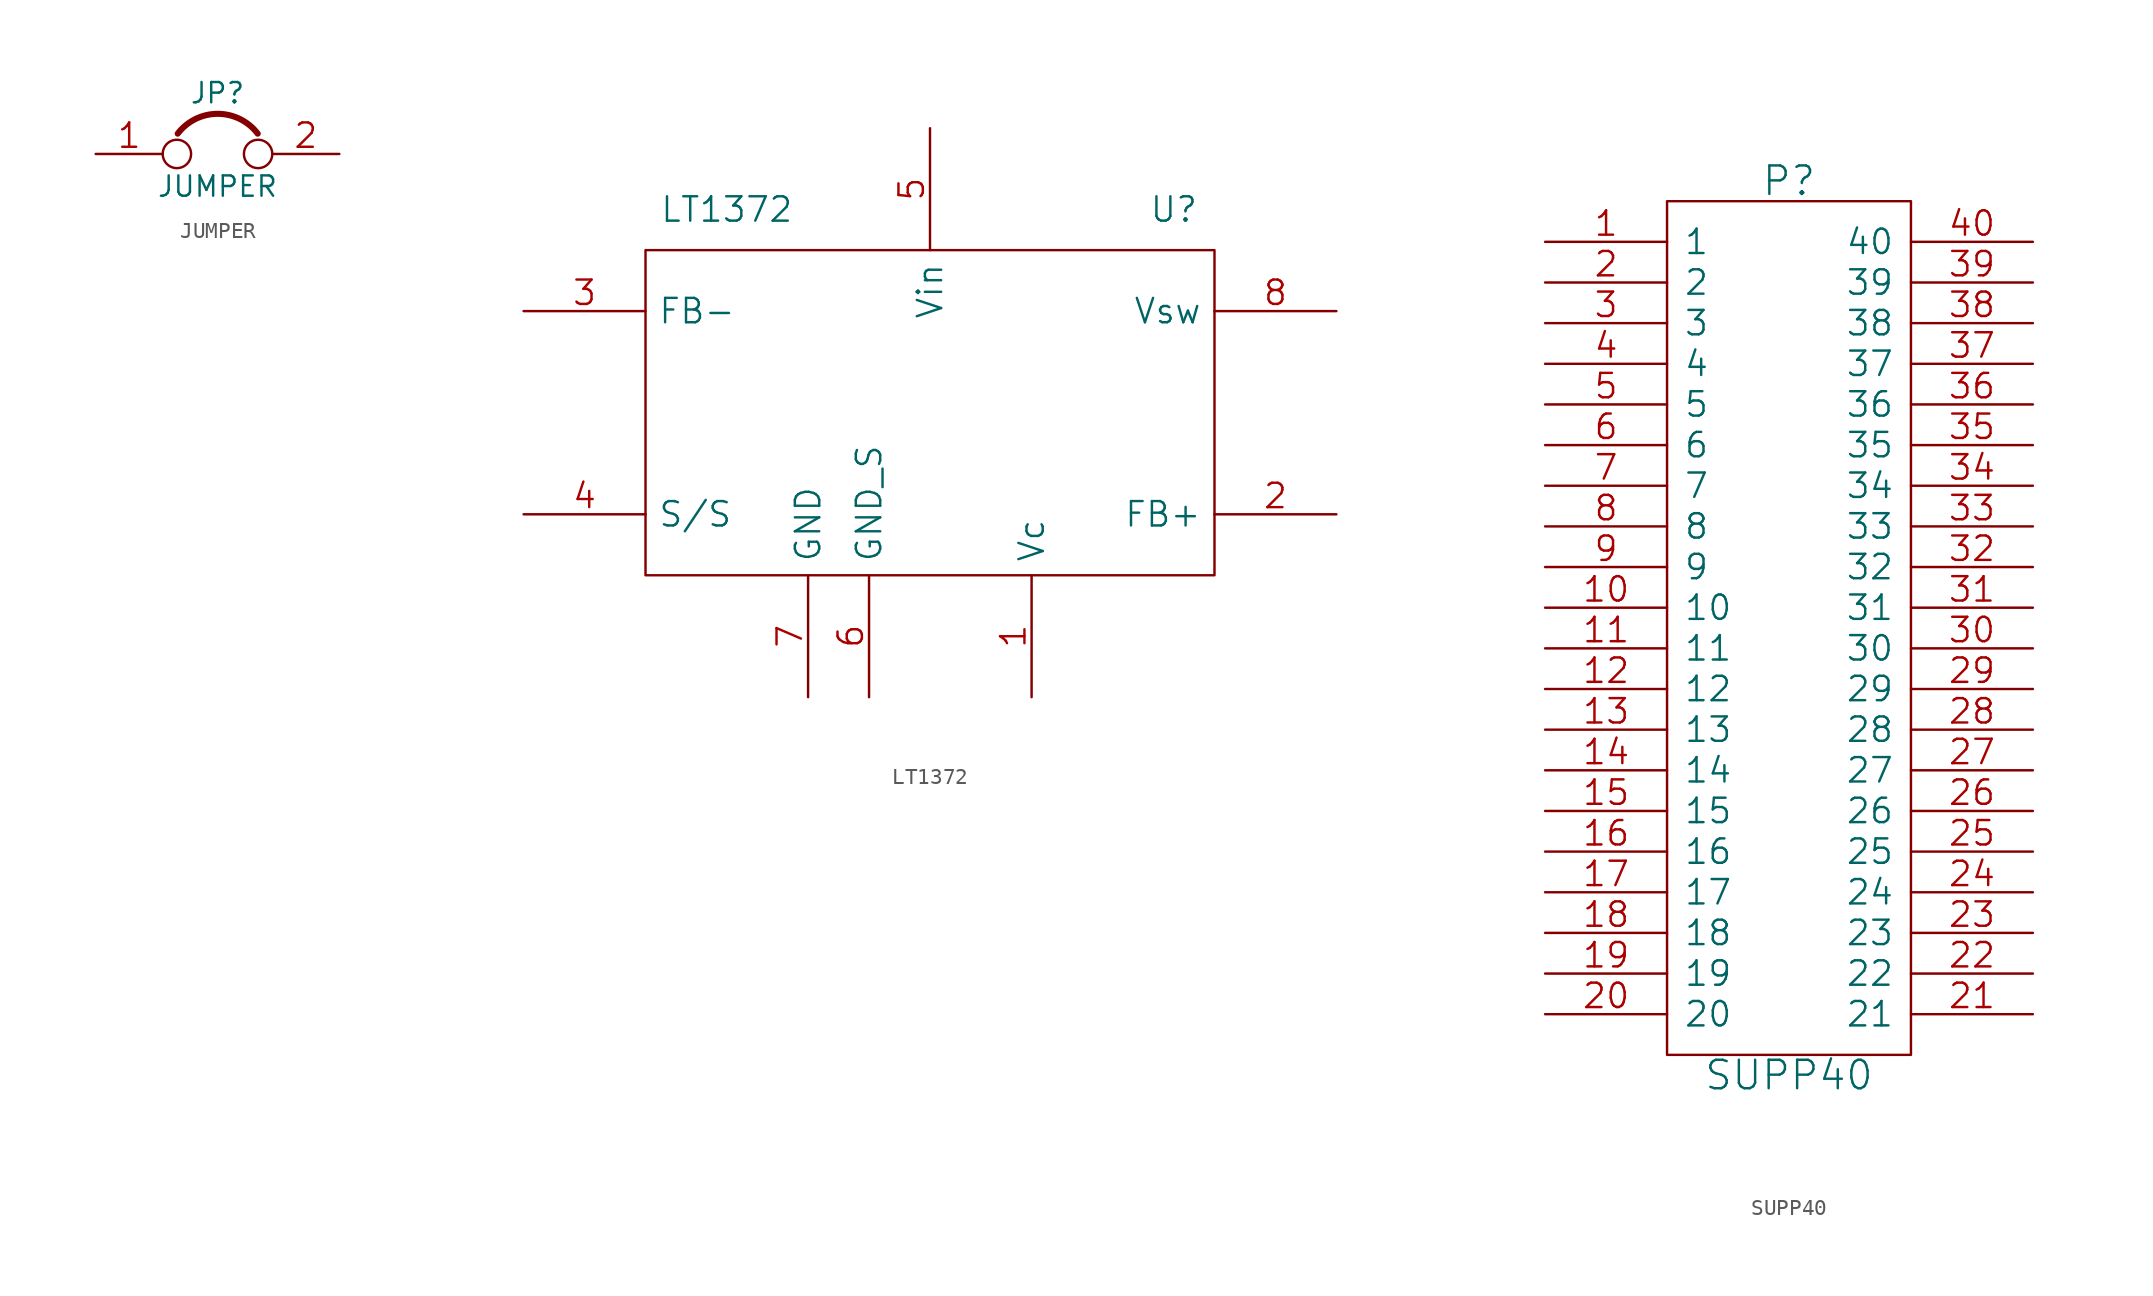
<source format=kicad_sym>
(kicad_symbol_lib
  (version 20230620)
  (generator kicad_symbol_editor)
  (symbol "JUMPER"
    (pin_names
      (offset 0.762) hide)
    (property "Reference" "JP"
      (at 0 3.81 0)
      (effects (font (size 1.27 1.27))))
    (property "Value" "JUMPER"
      (at 0 -2.032 0)
      (effects (font (size 1.27 1.27))))
    (property "Footprint" ""
      (at 0 0 0)
      (effects (font (size 1.524 1.524))))
    (property "Datasheet" ""
      (at 0 0 0)
      (effects (font (size 1.524 1.524))))
    (symbol "JUMPER_0_1"
      (circle (center -2.54 0) (radius 0.889) (stroke (width 0) (type default)) (fill (type none)))
      (arc (start 2.5146 1.27) (mid 0.0078 2.5097) (end -2.4892 1.27) (stroke (width 0.381) (type default)) (fill (type none)))
      (circle (center 2.54 0) (radius 0.889) (stroke (width 0) (type default)) (fill (type none)))
      (pin passive line (at -7.62 0 0) (length 4.191) (name "1" (effects (font (size 1.524 1.524)))) (number "1" (effects (font (size 1.524 1.524)))))
      (pin passive line (at 7.62 0 180) (length 4.191) (name "2" (effects (font (size 1.524 1.524)))) (number "2" (effects (font (size 1.524 1.524)))))))
  (symbol "LT1372"
    (pin_names
      (offset 0.762))
    (property "Reference" "U"
      (at 15.24 12.7 0)
      (effects (font (size 1.524 1.524))))
    (property "Value" "LT1372"
      (at -12.7 12.7 0)
      (effects (font (size 1.524 1.524))))
    (property "Footprint" ""
      (at 0 0 0)
      (effects (font (size 1.524 1.524))))
    (property "Datasheet" ""
      (at 0 0 0)
      (effects (font (size 1.524 1.524))))
    (symbol "LT1372_0_1"
      (rectangle (start -17.78 -10.16) (end 17.78 10.16) (stroke (width 0) (type default)) (fill (type none))))
    (symbol "LT1372_1_1"
      (pin input line (at 6.35 -17.78 90) (length 7.62) (name "Vc" (effects (font (size 1.524 1.524)))) (number "1" (effects (font (size 1.524 1.524)))))
      (pin input line (at 25.4 -6.35 180) (length 7.62) (name "FB+" (effects (font (size 1.524 1.524)))) (number "2" (effects (font (size 1.524 1.524)))))
      (pin passive line (at -25.4 6.35 0) (length 7.62) (name "FB-" (effects (font (size 1.524 1.524)))) (number "3" (effects (font (size 1.524 1.524)))))
      (pin passive line (at -25.4 -6.35 0) (length 7.62) (name "S/S" (effects (font (size 1.524 1.524)))) (number "4" (effects (font (size 1.524 1.524)))))
      (pin power_in line (at 0 17.78 270) (length 7.62) (name "Vin" (effects (font (size 1.524 1.524)))) (number "5" (effects (font (size 1.524 1.524)))))
      (pin input line (at -3.81 -17.78 90) (length 7.62) (name "GND_S" (effects (font (size 1.524 1.524)))) (number "6" (effects (font (size 1.524 1.524)))))
      (pin input line (at -7.62 -17.78 90) (length 7.62) (name "GND" (effects (font (size 1.524 1.524)))) (number "7" (effects (font (size 1.524 1.524)))))
      (pin input line (at 25.4 6.35 180) (length 7.62) (name "Vsw" (effects (font (size 1.524 1.524)))) (number "8" (effects (font (size 1.524 1.524)))))))
  (symbol "SUPP40"
    (pin_names
      (offset 1.016))
    (property "Reference" "P"
      (at 0 27.94 0)
      (effects (font (size 1.778 1.778))))
    (property "Value" "SUPP40"
      (at 0 -27.94 0)
      (effects (font (size 1.778 1.778))))
    (property "Footprint" ""
      (at 0 0 0)
      (effects (font (size 1.524 1.524))))
    (property "Datasheet" ""
      (at 0 0 0)
      (effects (font (size 1.524 1.524))))
    (symbol "SUPP40_0_1"
      (rectangle (start -7.62 -26.67) (end 7.62 26.67) (stroke (width 0) (type default)) (fill (type none))))
    (symbol "SUPP40_1_1"
      (pin passive line (at -15.24 24.13 0) (length 7.62) (name "1" (effects (font (size 1.524 1.524)))) (number "1" (effects (font (size 1.524 1.524)))))
      (pin passive line (at -15.24 1.27 0) (length 7.62) (name "10" (effects (font (size 1.524 1.524)))) (number "10" (effects (font (size 1.524 1.524)))))
      (pin passive line (at -15.24 -1.27 0) (length 7.62) (name "11" (effects (font (size 1.524 1.524)))) (number "11" (effects (font (size 1.524 1.524)))))
      (pin passive line (at -15.24 -3.81 0) (length 7.62) (name "12" (effects (font (size 1.524 1.524)))) (number "12" (effects (font (size 1.524 1.524)))))
      (pin passive line (at -15.24 -6.35 0) (length 7.62) (name "13" (effects (font (size 1.524 1.524)))) (number "13" (effects (font (size 1.524 1.524)))))
      (pin passive line (at -15.24 -8.89 0) (length 7.62) (name "14" (effects (font (size 1.524 1.524)))) (number "14" (effects (font (size 1.524 1.524)))))
      (pin passive line (at -15.24 -11.43 0) (length 7.62) (name "15" (effects (font (size 1.524 1.524)))) (number "15" (effects (font (size 1.524 1.524)))))
      (pin passive line (at -15.24 -13.97 0) (length 7.62) (name "16" (effects (font (size 1.524 1.524)))) (number "16" (effects (font (size 1.524 1.524)))))
      (pin passive line (at -15.24 -16.51 0) (length 7.62) (name "17" (effects (font (size 1.524 1.524)))) (number "17" (effects (font (size 1.524 1.524)))))
      (pin passive line (at -15.24 -19.05 0) (length 7.62) (name "18" (effects (font (size 1.524 1.524)))) (number "18" (effects (font (size 1.524 1.524)))))
      (pin passive line (at -15.24 -21.59 0) (length 7.62) (name "19" (effects (font (size 1.524 1.524)))) (number "19" (effects (font (size 1.524 1.524)))))
      (pin passive line (at -15.24 21.59 0) (length 7.62) (name "2" (effects (font (size 1.524 1.524)))) (number "2" (effects (font (size 1.524 1.524)))))
      (pin passive line (at -15.24 -24.13 0) (length 7.62) (name "20" (effects (font (size 1.524 1.524)))) (number "20" (effects (font (size 1.524 1.524)))))
      (pin passive line (at 15.24 -24.13 180) (length 7.62) (name "21" (effects (font (size 1.524 1.524)))) (number "21" (effects (font (size 1.524 1.524)))))
      (pin passive line (at 15.24 -21.59 180) (length 7.62) (name "22" (effects (font (size 1.524 1.524)))) (number "22" (effects (font (size 1.524 1.524)))))
      (pin passive line (at 15.24 -19.05 180) (length 7.62) (name "23" (effects (font (size 1.524 1.524)))) (number "23" (effects (font (size 1.524 1.524)))))
      (pin passive line (at 15.24 -16.51 180) (length 7.62) (name "24" (effects (font (size 1.524 1.524)))) (number "24" (effects (font (size 1.524 1.524)))))
      (pin passive line (at 15.24 -13.97 180) (length 7.62) (name "25" (effects (font (size 1.524 1.524)))) (number "25" (effects (font (size 1.524 1.524)))))
      (pin passive line (at 15.24 -11.43 180) (length 7.62) (name "26" (effects (font (size 1.524 1.524)))) (number "26" (effects (font (size 1.524 1.524)))))
      (pin passive line (at 15.24 -8.89 180) (length 7.62) (name "27" (effects (font (size 1.524 1.524)))) (number "27" (effects (font (size 1.524 1.524)))))
      (pin passive line (at 15.24 -6.35 180) (length 7.62) (name "28" (effects (font (size 1.524 1.524)))) (number "28" (effects (font (size 1.524 1.524)))))
      (pin passive line (at 15.24 -3.81 180) (length 7.62) (name "29" (effects (font (size 1.524 1.524)))) (number "29" (effects (font (size 1.524 1.524)))))
      (pin passive line (at -15.24 19.05 0) (length 7.62) (name "3" (effects (font (size 1.524 1.524)))) (number "3" (effects (font (size 1.524 1.524)))))
      (pin passive line (at 15.24 -1.27 180) (length 7.62) (name "30" (effects (font (size 1.524 1.524)))) (number "30" (effects (font (size 1.524 1.524)))))
      (pin passive line (at 15.24 1.27 180) (length 7.62) (name "31" (effects (font (size 1.524 1.524)))) (number "31" (effects (font (size 1.524 1.524)))))
      (pin passive line (at 15.24 3.81 180) (length 7.62) (name "32" (effects (font (size 1.524 1.524)))) (number "32" (effects (font (size 1.524 1.524)))))
      (pin passive line (at 15.24 6.35 180) (length 7.62) (name "33" (effects (font (size 1.524 1.524)))) (number "33" (effects (font (size 1.524 1.524)))))
      (pin passive line (at 15.24 8.89 180) (length 7.62) (name "34" (effects (font (size 1.524 1.524)))) (number "34" (effects (font (size 1.524 1.524)))))
      (pin passive line (at 15.24 11.43 180) (length 7.62) (name "35" (effects (font (size 1.524 1.524)))) (number "35" (effects (font (size 1.524 1.524)))))
      (pin passive line (at 15.24 13.97 180) (length 7.62) (name "36" (effects (font (size 1.524 1.524)))) (number "36" (effects (font (size 1.524 1.524)))))
      (pin passive line (at 15.24 16.51 180) (length 7.62) (name "37" (effects (font (size 1.524 1.524)))) (number "37" (effects (font (size 1.524 1.524)))))
      (pin passive line (at 15.24 19.05 180) (length 7.62) (name "38" (effects (font (size 1.524 1.524)))) (number "38" (effects (font (size 1.524 1.524)))))
      (pin passive line (at 15.24 21.59 180) (length 7.62) (name "39" (effects (font (size 1.524 1.524)))) (number "39" (effects (font (size 1.524 1.524)))))
      (pin passive line (at -15.24 16.51 0) (length 7.62) (name "4" (effects (font (size 1.524 1.524)))) (number "4" (effects (font (size 1.524 1.524)))))
      (pin passive line (at 15.24 24.13 180) (length 7.62) (name "40" (effects (font (size 1.524 1.524)))) (number "40" (effects (font (size 1.524 1.524)))))
      (pin passive line (at -15.24 13.97 0) (length 7.62) (name "5" (effects (font (size 1.524 1.524)))) (number "5" (effects (font (size 1.524 1.524)))))
      (pin passive line (at -15.24 11.43 0) (length 7.62) (name "6" (effects (font (size 1.524 1.524)))) (number "6" (effects (font (size 1.524 1.524)))))
      (pin passive line (at -15.24 8.89 0) (length 7.62) (name "7" (effects (font (size 1.524 1.524)))) (number "7" (effects (font (size 1.524 1.524)))))
      (pin passive line (at -15.24 6.35 0) (length 7.62) (name "8" (effects (font (size 1.524 1.524)))) (number "8" (effects (font (size 1.524 1.524)))))
      (pin passive line (at -15.24 3.81 0) (length 7.62) (name "9" (effects (font (size 1.524 1.524)))) (number "9" (effects (font (size 1.524 1.524))))))))
</source>
